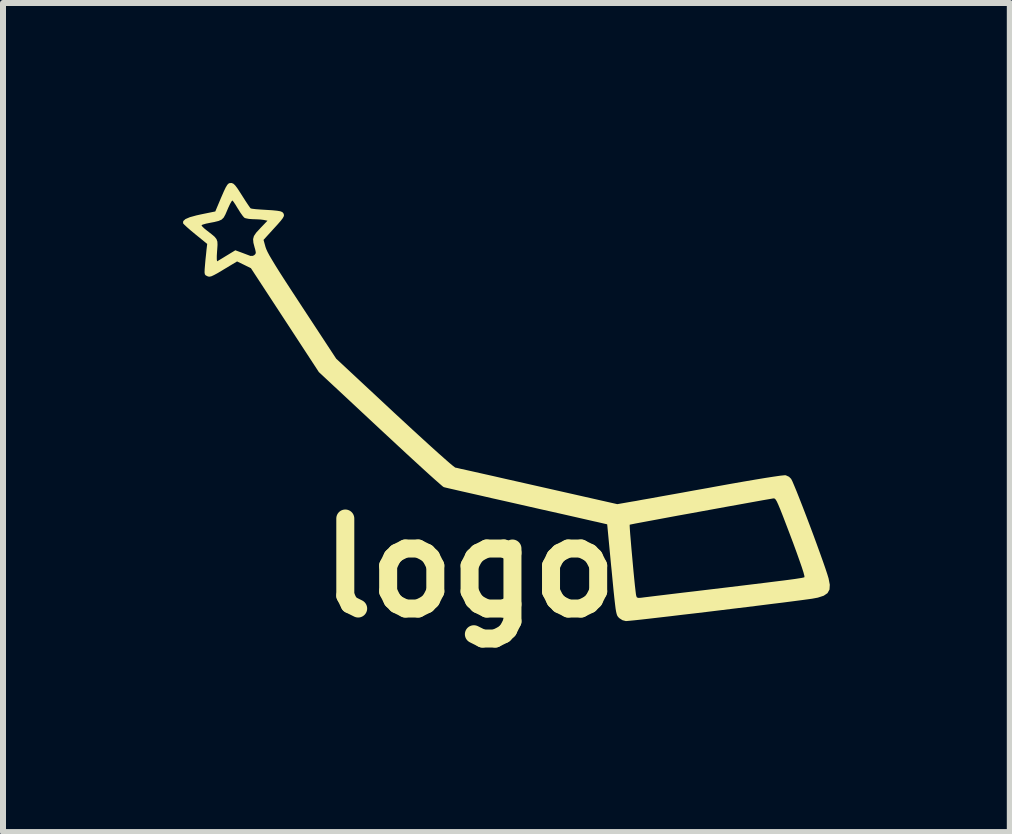
<source format=kicad_pcb>
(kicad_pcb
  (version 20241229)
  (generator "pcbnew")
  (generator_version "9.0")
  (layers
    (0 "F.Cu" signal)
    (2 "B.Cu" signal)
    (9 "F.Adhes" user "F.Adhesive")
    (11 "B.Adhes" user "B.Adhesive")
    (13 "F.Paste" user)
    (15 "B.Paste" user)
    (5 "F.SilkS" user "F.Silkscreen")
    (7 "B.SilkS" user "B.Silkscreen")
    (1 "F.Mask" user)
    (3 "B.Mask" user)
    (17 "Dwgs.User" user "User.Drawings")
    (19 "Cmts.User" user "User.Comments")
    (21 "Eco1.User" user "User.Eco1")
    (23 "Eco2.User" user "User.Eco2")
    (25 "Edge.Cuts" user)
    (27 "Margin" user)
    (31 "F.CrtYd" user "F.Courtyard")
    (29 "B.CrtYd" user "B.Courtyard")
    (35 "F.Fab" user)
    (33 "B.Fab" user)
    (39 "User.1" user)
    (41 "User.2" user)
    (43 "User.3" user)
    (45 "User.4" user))
  (footprint "logo"
    (layer "F.Cu")
    (at 4.776 6.413)
    (property "Reference" "logo" (at 0 0 0) (layer "F.SilkS") (effects (font (size 1.5 1.5) (thickness 0.3))))
    (attr board_only exclude_from_pos_files exclude_from_bom)
    (fp_poly (pts (xy -3.939 -6.403) (xy -3.909 -6.376) (xy -3.872 -6.328) (xy -3.823 -6.253) (xy -3.781 -6.187) (xy -3.732 -6.11) (xy -3.69 -6.047) (xy -3.66 -6.004) (xy -3.648 -5.99) (xy -3.621 -5.984) (xy -3.563 -5.977) (xy -3.482 -5.971) (xy -3.402 -5.966) (xy -3.288 -5.959) (xy -3.208 -5.951) (xy -3.155 -5.942) (xy -3.122 -5.929) (xy -3.105 -5.911) (xy -3.098 -5.898) (xy -3.093 -5.877) (xy -3.098 -5.855) (xy -3.115 -5.825) (xy -3.148 -5.782) (xy -3.202 -5.72) (xy -3.277 -5.638) (xy -3.434 -5.465) (xy -3.401 -5.346) (xy -3.388 -5.31) (xy -3.367 -5.264) (xy -3.335 -5.204) (xy -3.29 -5.128) (xy -3.232 -5.032) (xy -3.158 -4.914) (xy -3.066 -4.771) (xy -2.956 -4.602) (xy -2.825 -4.402) (xy -2.795 -4.356) (xy -2.223 -3.485) (xy -1.254 -2.582) (xy -1.086 -2.427) (xy -0.927 -2.28) (xy -0.777 -2.143) (xy -0.641 -2.019) (xy -0.52 -1.91) (xy -0.417 -1.819) (xy -0.335 -1.747) (xy -0.276 -1.698) (xy -0.243 -1.673) (xy -0.238 -1.67) (xy -0.211 -1.665) (xy -0.148 -1.65) (xy -0.052 -1.629) (xy 0.073 -1.601) (xy 0.224 -1.567) (xy 0.398 -1.528) (xy 0.59 -1.484) (xy 0.799 -1.437) (xy 1.02 -1.387) (xy 1.135 -1.361) (xy 2.462 -1.061) (xy 2.709 -1.104) (xy 2.776 -1.115) (xy 2.877 -1.134) (xy 3.01 -1.157) (xy 3.168 -1.186) (xy 3.347 -1.218) (xy 3.543 -1.253) (xy 3.75 -1.291) (xy 3.965 -1.329) (xy 4.084 -1.351) (xy 4.338 -1.397) (xy 4.567 -1.437) (xy 4.766 -1.471) (xy 4.935 -1.499) (xy 5.072 -1.52) (xy 5.175 -1.535) (xy 5.242 -1.542) (xy 5.27 -1.542) (xy 5.324 -1.517) (xy 5.358 -1.483) (xy 5.378 -1.445) (xy 5.408 -1.375) (xy 5.449 -1.276) (xy 5.497 -1.155) (xy 5.551 -1.017) (xy 5.609 -0.866) (xy 5.669 -0.708) (xy 5.729 -0.548) (xy 5.787 -0.39) (xy 5.841 -0.241) (xy 5.89 -0.104) (xy 5.931 0.014) (xy 5.962 0.108) (xy 5.982 0.174) (xy 5.983 0.178) (xy 6.003 0.282) (xy 5.998 0.362) (xy 5.965 0.422) (xy 5.902 0.465) (xy 5.804 0.497) (xy 5.707 0.515) (xy 5.627 0.526) (xy 5.516 0.541) (xy 5.377 0.559) (xy 5.215 0.58) (xy 5.034 0.602) (xy 4.836 0.627) (xy 4.627 0.653) (xy 4.411 0.679) (xy 4.19 0.706) (xy 3.969 0.733) (xy 3.751 0.759) (xy 3.542 0.783) (xy 3.344 0.807) (xy 3.161 0.828) (xy 2.997 0.847) (xy 2.857 0.863) (xy 2.744 0.875) (xy 2.661 0.883) (xy 2.614 0.887) (xy 2.606 0.888) (xy 2.548 0.873) (xy 2.498 0.841) (xy 2.483 0.827) (xy 2.471 0.813) (xy 2.46 0.795) (xy 2.451 0.769) (xy 2.442 0.731) (xy 2.433 0.678) (xy 2.424 0.605) (xy 2.413 0.509) (xy 2.4 0.386) (xy 2.385 0.231) (xy 2.367 0.042) (xy 2.358 -0.045) (xy 2.296 -0.697) (xy 2.668 -0.697) (xy 2.671 -0.642) (xy 2.677 -0.558) (xy 2.686 -0.453) (xy 2.696 -0.333) (xy 2.708 -0.202) (xy 2.72 -0.068) (xy 2.732 0.063) (xy 2.744 0.185) (xy 2.755 0.293) (xy 2.765 0.38) (xy 2.772 0.439) (xy 2.776 0.461) (xy 2.785 0.489) (xy 2.806 0.501) (xy 2.849 0.5) (xy 2.881 0.496) (xy 2.919 0.491) (xy 2.994 0.482) (xy 3.099 0.469) (xy 3.233 0.453) (xy 3.389 0.434) (xy 3.564 0.413) (xy 3.753 0.391) (xy 3.952 0.367) (xy 3.985 0.363) (xy 4.279 0.328) (xy 4.535 0.297) (xy 4.756 0.27) (xy 4.945 0.247) (xy 5.103 0.227) (xy 5.234 0.211) (xy 5.34 0.197) (xy 5.422 0.186) (xy 5.485 0.176) (xy 5.53 0.169) (xy 5.559 0.163) (xy 5.576 0.158) (xy 5.581 0.155) (xy 5.579 0.132) (xy 5.564 0.075) (xy 5.536 -0.012) (xy 5.497 -0.124) (xy 5.449 -0.259) (xy 5.393 -0.412) (xy 5.33 -0.579) (xy 5.262 -0.757) (xy 5.223 -0.859) (xy 5.178 -0.973) (xy 5.144 -1.054) (xy 5.119 -1.108) (xy 5.099 -1.14) (xy 5.082 -1.155) (xy 5.065 -1.157) (xy 5.058 -1.156) (xy 4.884 -1.126) (xy 4.696 -1.092) (xy 4.497 -1.056) (xy 4.291 -1.019) (xy 4.083 -0.981) (xy 3.875 -0.943) (xy 3.672 -0.906) (xy 3.477 -0.871) (xy 3.294 -0.837) (xy 3.128 -0.806) (xy 2.982 -0.779) (xy 2.859 -0.756) (xy 2.763 -0.738) (xy 2.699 -0.725) (xy 2.67 -0.719) (xy 2.668 -0.718) (xy 2.668 -0.697) (xy 2.296 -0.697) (xy 2.293 -0.725) (xy 2.12 -0.765) (xy 2.069 -0.776) (xy 1.982 -0.796) (xy 1.864 -0.823) (xy 1.719 -0.856) (xy 1.552 -0.894) (xy 1.365 -0.936) (xy 1.164 -0.981) (xy 0.953 -1.029) (xy 0.777 -1.069) (xy 0.565 -1.117) (xy 0.364 -1.162) (xy 0.178 -1.205) (xy 0.01 -1.243) (xy -0.136 -1.276) (xy -0.257 -1.304) (xy -0.349 -1.325) (xy -0.408 -1.339) (xy -0.431 -1.345) (xy -0.452 -1.36) (xy -0.499 -1.401) (xy -0.571 -1.464) (xy -0.666 -1.549) (xy -0.779 -1.652) (xy -0.91 -1.772) (xy -1.055 -1.905) (xy -1.212 -2.051) (xy -1.379 -2.206) (xy -1.49 -2.309) (xy -2.512 -3.262) (xy -3.078 -4.128) (xy -3.644 -4.993) (xy -3.759 -5.05) (xy -3.875 -5.106) (xy -4.098 -4.972) (xy -4.191 -4.916) (xy -4.257 -4.88) (xy -4.302 -4.859) (xy -4.334 -4.852) (xy -4.359 -4.855) (xy -4.372 -4.861) (xy -4.398 -4.874) (xy -4.412 -4.892) (xy -4.417 -4.924) (xy -4.415 -4.979) (xy -4.41 -5.039) (xy -4.402 -5.132) (xy -4.392 -5.225) (xy -4.385 -5.296) (xy -4.373 -5.398) (xy -4.571 -5.559) (xy -4.647 -5.622) (xy -4.71 -5.677) (xy -4.746 -5.711) (xy -4.468 -5.711) (xy -4.458 -5.692) (xy -4.424 -5.658) (xy -4.382 -5.624) (xy -4.302 -5.562) (xy -4.249 -5.517) (xy -4.218 -5.478) (xy -4.203 -5.435) (xy -4.201 -5.381) (xy -4.206 -5.304) (xy -4.208 -5.281) (xy -4.213 -5.198) (xy -4.213 -5.139) (xy -4.208 -5.11) (xy -4.204 -5.109) (xy -4.18 -5.124) (xy -4.13 -5.154) (xy -4.065 -5.194) (xy -4.045 -5.206) (xy -3.904 -5.292) (xy -3.793 -5.251) (xy -3.727 -5.226) (xy -3.674 -5.206) (xy -3.652 -5.198) (xy -3.612 -5.199) (xy -3.587 -5.212) (xy -3.568 -5.232) (xy -3.563 -5.257) (xy -3.572 -5.302) (xy -3.582 -5.336) (xy -3.603 -5.417) (xy -3.608 -5.478) (xy -3.594 -5.53) (xy -3.556 -5.586) (xy -3.491 -5.656) (xy -3.49 -5.658) (xy -3.368 -5.785) (xy -3.432 -5.798) (xy -3.489 -5.805) (xy -3.565 -5.809) (xy -3.61 -5.81) (xy -3.679 -5.815) (xy -3.734 -5.826) (xy -3.756 -5.836) (xy -3.781 -5.865) (xy -3.819 -5.918) (xy -3.86 -5.984) (xy -3.862 -5.986) (xy -3.9 -6.049) (xy -3.932 -6.097) (xy -3.951 -6.121) (xy -3.952 -6.122) (xy -3.966 -6.109) (xy -3.991 -6.066) (xy -4.021 -6.002) (xy -4.035 -5.969) (xy -4.069 -5.89) (xy -4.098 -5.837) (xy -4.133 -5.803) (xy -4.182 -5.781) (xy -4.255 -5.763) (xy -4.323 -5.75) (xy -4.392 -5.736) (xy -4.444 -5.721) (xy -4.468 -5.711) (xy -4.468 -5.711) (xy -4.746 -5.711) (xy -4.755 -5.719) (xy -4.776 -5.743) (xy -4.776 -5.743) (xy -4.772 -5.779) (xy -4.735 -5.812) (xy -4.663 -5.843) (xy -4.554 -5.873) (xy -4.473 -5.891) (xy -4.238 -5.939) (xy -4.14 -6.172) (xy -4.096 -6.273) (xy -4.063 -6.342) (xy -4.037 -6.384) (xy -4.014 -6.406) (xy -3.997 -6.412) (xy -3.967 -6.413)) (stroke (width 0) (type solid)) (fill yes) (layer "F.SilkS")))
  (gr_rect
    (start -3 -3)
    (end 13.779 10.817)
    (stroke (width 0.1) (type default))
    (fill no)
    (layer "Edge.Cuts")))
</source>
